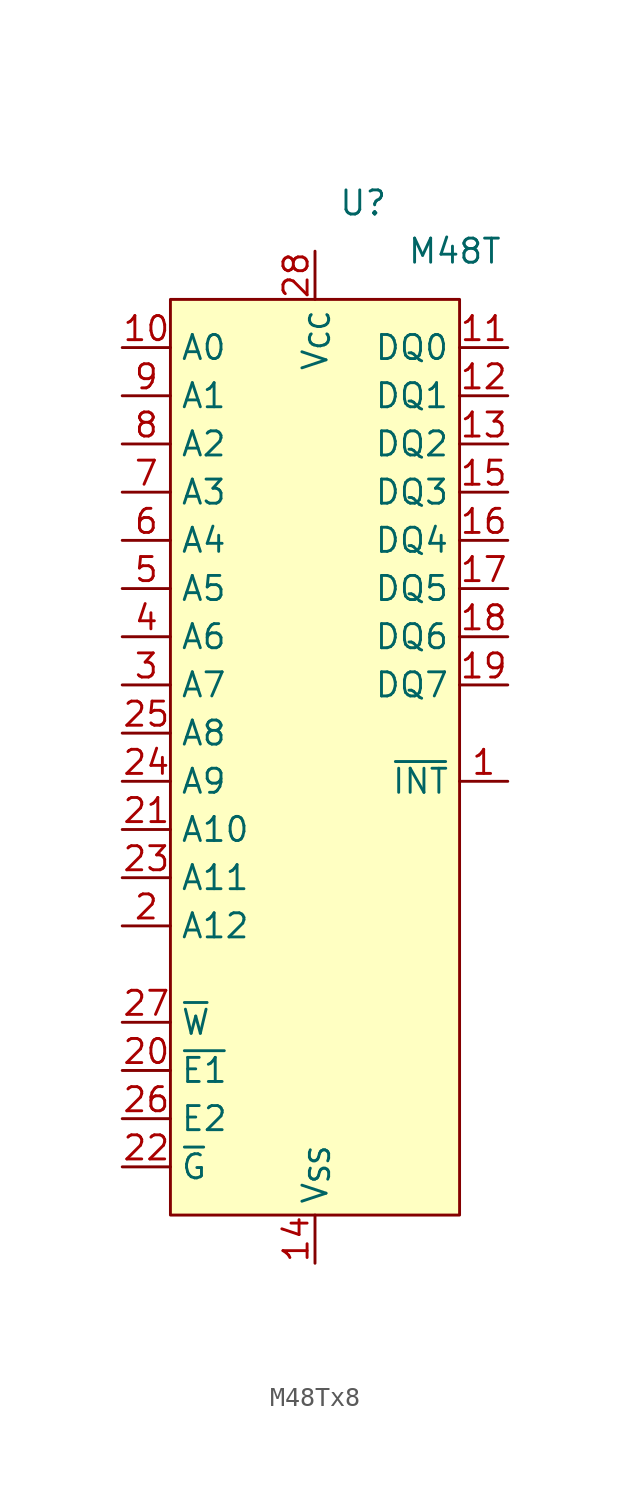
<source format=kicad_sym>
(kicad_symbol_lib
  (version 20241209)
  (generator "kicad_symbol_editor")
  (generator_version "9.0")
  (symbol "M48Tx8"
    (property "Reference" "U"
      (at 2.54 10.16 0)
      (effects (font (size 1.27 1.27))))
    (property "Value" "M48T"
      (at 7.366 7.62 0)
      (effects (font (size 1.27 1.27))))
    (symbol "M48Tx8_0_0"
      (pin input line (at -10.16 2.54 0) (length 2.54) (name "A0" (effects (font (size 1.27 1.27)))) (number "10" (effects (font (size 1.27 1.27)))))
      (pin input line (at -10.16 0 0) (length 2.54) (name "A1" (effects (font (size 1.27 1.27)))) (number "9" (effects (font (size 1.27 1.27)))))
      (pin input line (at -10.16 -2.54 0) (length 2.54) (name "A2" (effects (font (size 1.27 1.27)))) (number "8" (effects (font (size 1.27 1.27)))))
      (pin input line (at -10.16 -5.08 0) (length 2.54) (name "A3" (effects (font (size 1.27 1.27)))) (number "7" (effects (font (size 1.27 1.27)))))
      (pin input line (at -10.16 -7.62 0) (length 2.54) (name "A4" (effects (font (size 1.27 1.27)))) (number "6" (effects (font (size 1.27 1.27)))))
      (pin input line (at -10.16 -10.16 0) (length 2.54) (name "A5" (effects (font (size 1.27 1.27)))) (number "5" (effects (font (size 1.27 1.27)))))
      (pin input line (at -10.16 -12.7 0) (length 2.54) (name "A6" (effects (font (size 1.27 1.27)))) (number "4" (effects (font (size 1.27 1.27)))))
      (pin input line (at -10.16 -15.24 0) (length 2.54) (name "A7" (effects (font (size 1.27 1.27)))) (number "3" (effects (font (size 1.27 1.27)))))
      (pin input line (at -10.16 -17.78 0) (length 2.54) (name "A8" (effects (font (size 1.27 1.27)))) (number "25" (effects (font (size 1.27 1.27)))))
      (pin input line (at -10.16 -20.32 0) (length 2.54) (name "A9" (effects (font (size 1.27 1.27)))) (number "24" (effects (font (size 1.27 1.27)))))
      (pin input line (at -10.16 -22.86 0) (length 2.54) (name "A10" (effects (font (size 1.27 1.27)))) (number "21" (effects (font (size 1.27 1.27)))))
      (pin input line (at -10.16 -25.4 0) (length 2.54) (name "A11" (effects (font (size 1.27 1.27)))) (number "23" (effects (font (size 1.27 1.27)))))
      (pin input line (at -10.16 -27.94 0) (length 2.54) (name "A12" (effects (font (size 1.27 1.27)))) (number "2" (effects (font (size 1.27 1.27)))))
      (pin input line (at -10.16 -33.02 0) (length 2.54) (name "~{W}" (effects (font (size 1.27 1.27)))) (number "27" (effects (font (size 1.27 1.27)))))
      (pin input line (at -10.16 -35.56 0) (length 2.54) (name "~{E1}" (effects (font (size 1.27 1.27)))) (number "20" (effects (font (size 1.27 1.27)))))
      (pin input line (at -10.16 -38.1 0) (length 2.54) (name "E2" (effects (font (size 1.27 1.27)))) (number "26" (effects (font (size 1.27 1.27)))))
      (pin input line (at -10.16 -40.64 0) (length 2.54) (name "~{G}" (effects (font (size 1.27 1.27)))) (number "22" (effects (font (size 1.27 1.27)))))
      (pin power_in line (at 0 7.62 270) (length 2.54) (name "V_{CC}" (effects (font (size 1.27 1.27)))) (number "28" (effects (font (size 1.27 1.27)))))
      (pin power_in line (at 0 -45.72 90) (length 2.54) (name "V_{SS}" (effects (font (size 1.27 1.27)))) (number "14" (effects (font (size 1.27 1.27)))))
      (pin bidirectional line (at 10.16 2.54 180) (length 2.54) (name "DQ0" (effects (font (size 1.27 1.27)))) (number "11" (effects (font (size 1.27 1.27)))))
      (pin bidirectional line (at 10.16 0 180) (length 2.54) (name "DQ1" (effects (font (size 1.27 1.27)))) (number "12" (effects (font (size 1.27 1.27)))))
      (pin bidirectional line (at 10.16 -2.54 180) (length 2.54) (name "DQ2" (effects (font (size 1.27 1.27)))) (number "13" (effects (font (size 1.27 1.27)))))
      (pin bidirectional line (at 10.16 -5.08 180) (length 2.54) (name "DQ3" (effects (font (size 1.27 1.27)))) (number "15" (effects (font (size 1.27 1.27)))))
      (pin bidirectional line (at 10.16 -7.62 180) (length 2.54) (name "DQ4" (effects (font (size 1.27 1.27)))) (number "16" (effects (font (size 1.27 1.27)))))
      (pin bidirectional line (at 10.16 -10.16 180) (length 2.54) (name "DQ5" (effects (font (size 1.27 1.27)))) (number "17" (effects (font (size 1.27 1.27)))))
      (pin bidirectional line (at 10.16 -12.7 180) (length 2.54) (name "DQ6" (effects (font (size 1.27 1.27)))) (number "18" (effects (font (size 1.27 1.27)))))
      (pin bidirectional line (at 10.16 -15.24 180) (length 2.54) (name "DQ7" (effects (font (size 1.27 1.27)))) (number "19" (effects (font (size 1.27 1.27)))))
      (pin output line (at 10.16 -20.32 180) (length 2.54) (name "~{INT}" (effects (font (size 1.27 1.27)))) (number "1" (effects (font (size 1.27 1.27))))))
    (symbol "M48Tx8_1_1"
      (rectangle (start -7.62 5.08) (end 7.62 -43.18) (stroke (width 0) (type solid)) (fill (type background))))))
</source>
